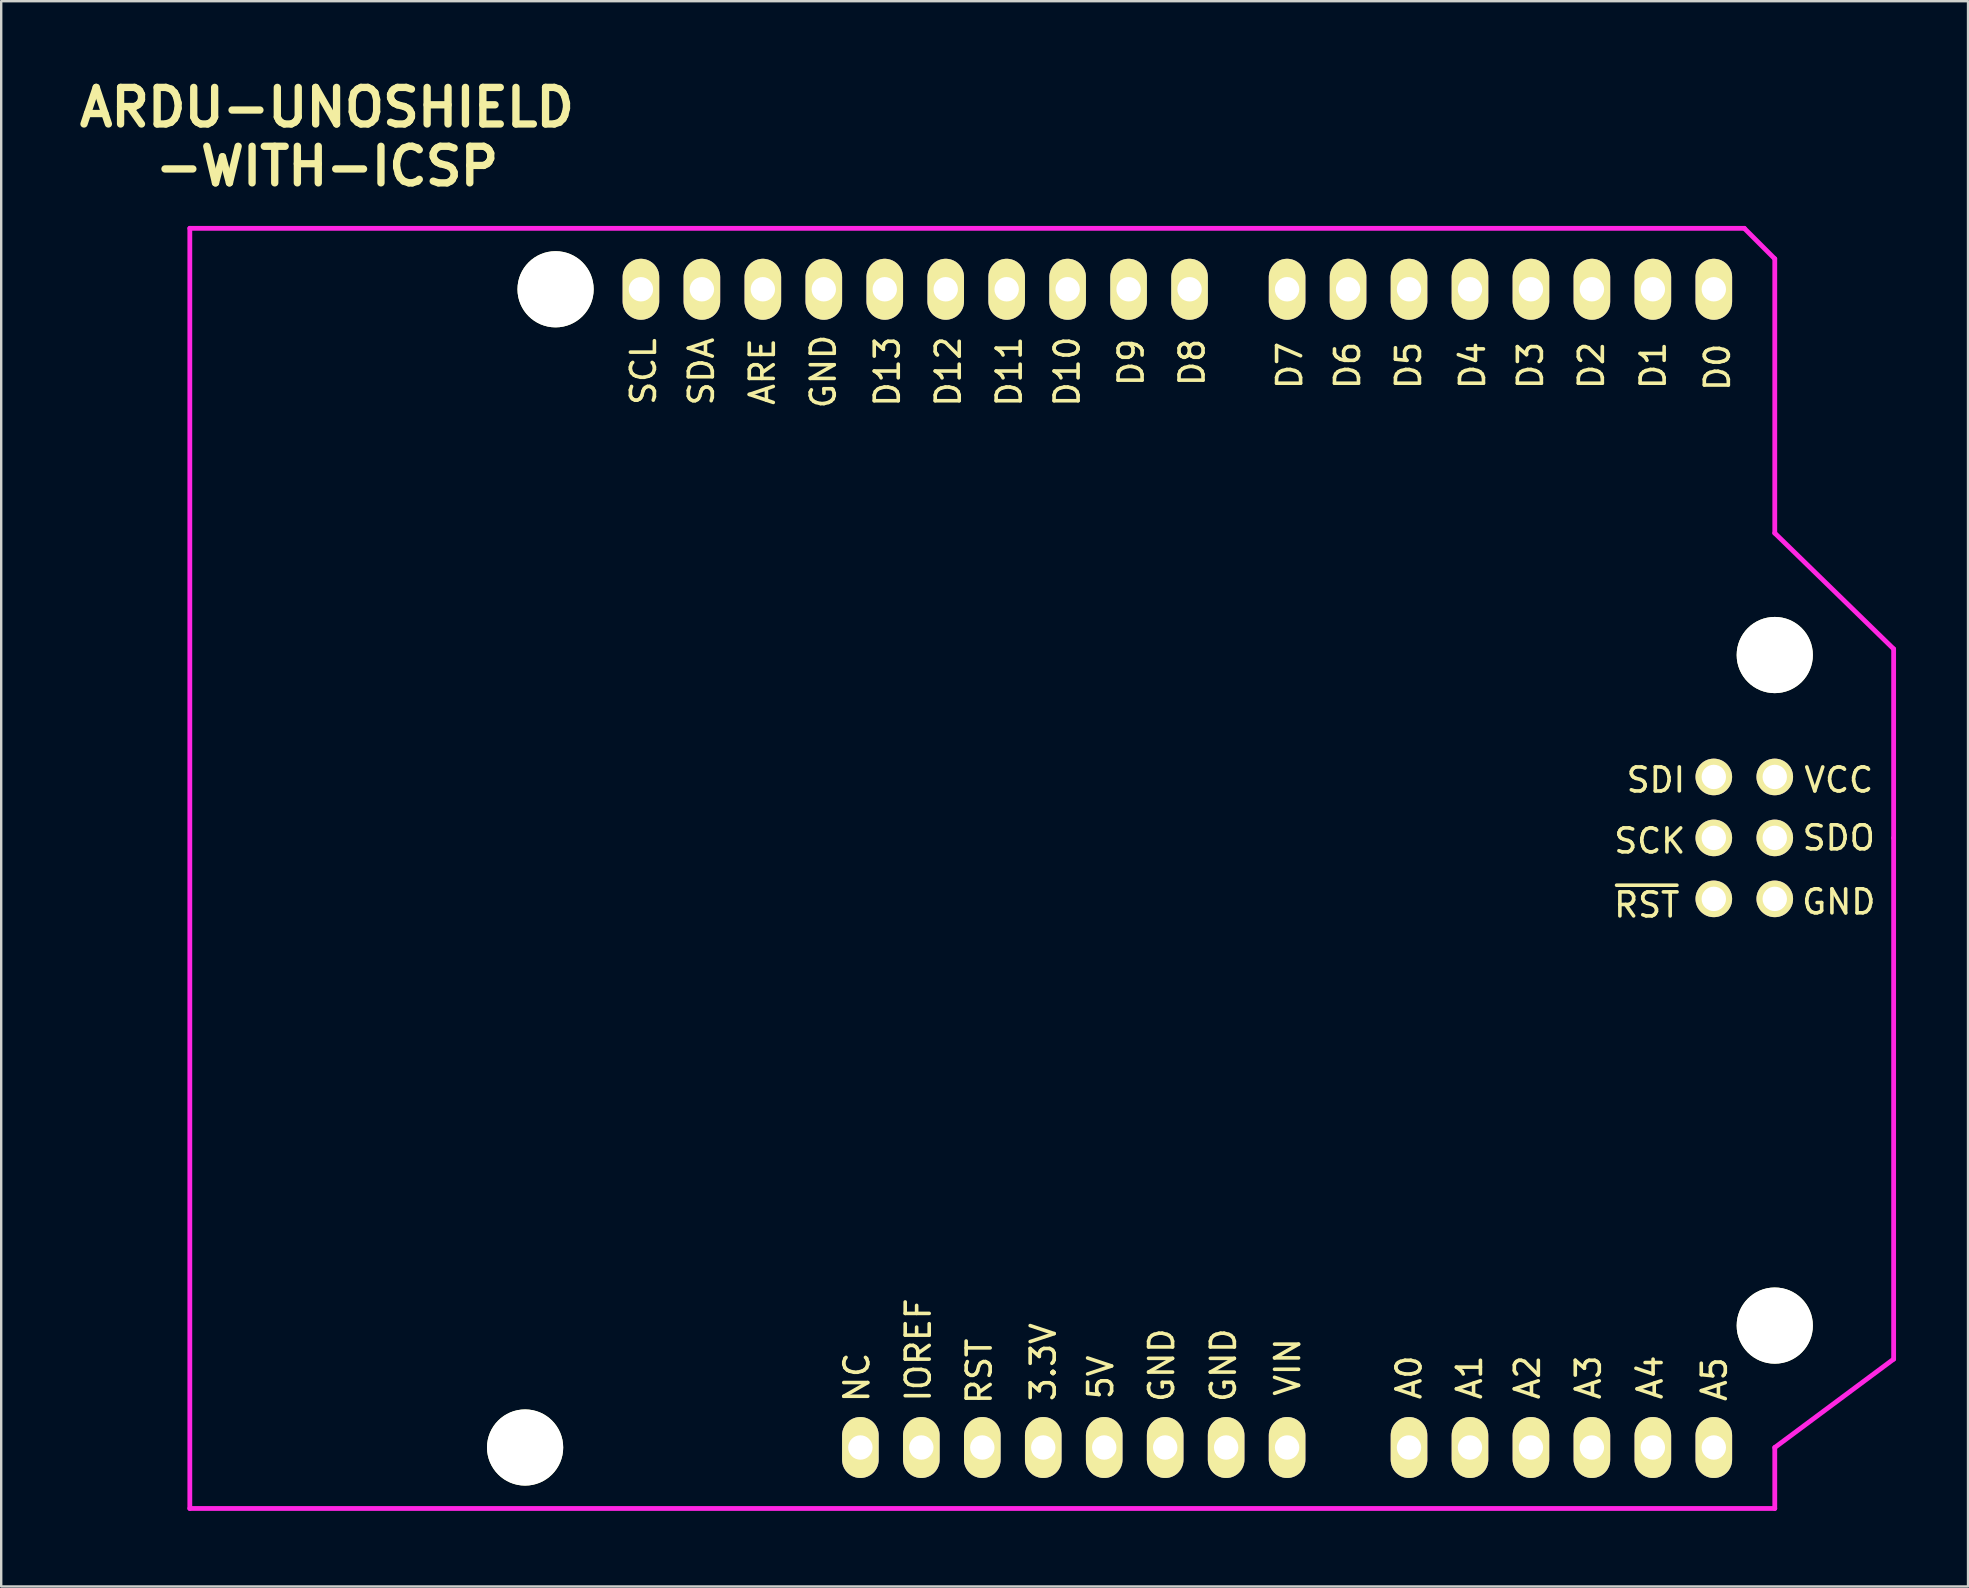
<source format=kicad_pcb>
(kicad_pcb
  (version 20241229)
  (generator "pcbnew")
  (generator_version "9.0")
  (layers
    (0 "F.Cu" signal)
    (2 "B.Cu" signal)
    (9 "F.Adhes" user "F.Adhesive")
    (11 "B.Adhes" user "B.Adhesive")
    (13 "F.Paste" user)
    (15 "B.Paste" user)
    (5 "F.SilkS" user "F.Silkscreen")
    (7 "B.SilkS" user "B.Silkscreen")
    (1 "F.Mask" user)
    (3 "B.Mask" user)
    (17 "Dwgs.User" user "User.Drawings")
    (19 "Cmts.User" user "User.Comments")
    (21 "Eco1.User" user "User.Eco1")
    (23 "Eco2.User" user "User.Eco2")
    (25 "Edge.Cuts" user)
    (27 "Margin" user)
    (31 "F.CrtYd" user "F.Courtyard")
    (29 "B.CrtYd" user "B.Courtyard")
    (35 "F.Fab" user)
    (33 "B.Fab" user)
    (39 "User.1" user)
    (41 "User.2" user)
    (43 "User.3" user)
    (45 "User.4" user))
  (footprint "ARDU-UNOSHIELD\n-WITH-ICSP"
    (layer "F.Cu")
    (at 4.859 59.803)
    (property "Reference" "ARDU-UNOSHIELD\n-WITH-ICSP" (at 5.715 -57.15 0) (layer "F.SilkS") (effects (font (size 1.524 1.524) (thickness 0.305))))
    (attr through_hole)
    (fp_line (start 0 0) (end 0 -53.34) (stroke (width 0.2) (type solid)) (layer "F.CrtYd"))
    (fp_line (start 0 0) (end 66.04 0) (stroke (width 0.2) (type solid)) (layer "F.CrtYd"))
    (fp_line (start 64.77 -53.34) (end 0 -53.34) (stroke (width 0.2) (type solid)) (layer "F.CrtYd"))
    (fp_line (start 66.04 -52.07) (end 64.77 -53.34) (stroke (width 0.2) (type solid)) (layer "F.CrtYd"))
    (fp_line (start 66.04 -40.64) (end 66.04 -52.07) (stroke (width 0.2) (type solid)) (layer "F.CrtYd"))
    (fp_line (start 66.04 -40.64) (end 70.993 -35.814) (stroke (width 0.2) (type solid)) (layer "F.CrtYd"))
    (fp_line (start 66.04 -2.54) (end 66.04 0) (stroke (width 0.2) (type solid)) (layer "F.CrtYd"))
    (fp_line (start 66.04 -2.54) (end 70.993 -6.223) (stroke (width 0.2) (type solid)) (layer "F.CrtYd"))
    (fp_line (start 70.993 -35.814) (end 70.993 -27.94) (stroke (width 0.2) (type solid)) (layer "F.CrtYd"))
    (fp_line (start 70.993 -27.94) (end 70.993 -6.223) (stroke (width 0.2) (type solid)) (layer "F.CrtYd"))
    (fp_text user "D0" (at 63.65 -47.55 90) (layer "F.SilkS") (effects (font (size 1 1) (thickness 0.15))))
    (fp_text user "D3" (at 55.86 -47.625 90) (layer "F.SilkS") (effects (font (size 1 1) (thickness 0.15))))
    (fp_text user "SDO" (at 68.707 -27.94 0) (layer "F.SilkS") (effects (font (size 1 1) (thickness 0.15))))
    (fp_text user "D11" (at 34.143 -47.371 90) (layer "F.SilkS") (effects (font (size 1 1) (thickness 0.15))))
    (fp_text user "VIN" (at 45.743 -5.894 90) (layer "F.SilkS") (effects (font (size 1 1) (thickness 0.15))))
    (fp_text user "ARE" (at 23.856 -47.371 90) (layer "F.SilkS") (effects (font (size 1 1) (thickness 0.15))))
    (fp_text user "SDI" (at 61.087 -30.353 0) (layer "F.SilkS") (effects (font (size 1 1) (thickness 0.15))))
    (fp_text user "GND" (at 40.493 -5.969 90) (layer "F.SilkS") (effects (font (size 1 1) (thickness 0.15))))
    (fp_text user "A0" (at 50.8 -5.461 90) (layer "F.SilkS") (effects (font (size 1 1) (thickness 0.15))))
    (fp_text user "D4" (at 53.447 -47.625 90) (layer "F.SilkS") (effects (font (size 1 1) (thickness 0.15))))
    (fp_text user "SCL" (at 18.903 -47.371 90) (layer "F.SilkS") (effects (font (size 1 1) (thickness 0.15))))
    (fp_text user "D12" (at 31.603 -47.371 90) (layer "F.SilkS") (effects (font (size 1 1) (thickness 0.15))))
    (fp_text user "D7" (at 45.827 -47.625 90) (layer "F.SilkS") (effects (font (size 1 1) (thickness 0.15))))
    (fp_text user "A2" (at 55.733 -5.461 90) (layer "F.SilkS") (effects (font (size 1 1) (thickness 0.15))))
    (fp_text user "3.3V" (at 35.56 -6.096 90) (layer "F.SilkS") (effects (font (size 1 1) (thickness 0.15))))
    (fp_text user "NC" (at 27.793 -5.461 90) (layer "F.SilkS") (effects (font (size 1 1) (thickness 0.15))))
    (fp_text user "D6" (at 48.24 -47.625 90) (layer "F.SilkS") (effects (font (size 1 1) (thickness 0.15))))
    (fp_text user "~{RST}" (at 60.706 -25.146 0) (layer "F.SilkS") (effects (font (size 1 1) (thickness 0.15))))
    (fp_text user "GND" (at 43.068 -5.969 90) (layer "F.SilkS") (effects (font (size 1 1) (thickness 0.15))))
    (fp_text user "GND" (at 68.707 -25.273 0) (layer "F.SilkS") (effects (font (size 1 1) (thickness 0.15))))
    (fp_text user "D5" (at 50.78 -47.625 90) (layer "F.SilkS") (effects (font (size 1 1) (thickness 0.15))))
    (fp_text user "A3" (at 58.273 -5.461 90) (layer "F.SilkS") (effects (font (size 1 1) (thickness 0.15))))
    (fp_text user "D9" (at 39.223 -47.752 90) (layer "F.SilkS") (effects (font (size 1 1) (thickness 0.15))))
    (fp_text user "IOREF" (at 30.353 -6.604 90) (layer "F.SilkS") (effects (font (size 1 1) (thickness 0.15))))
    (fp_text user "SCK" (at 60.833 -27.813 0) (layer "F.SilkS") (effects (font (size 1 1) (thickness 0.15))))
    (fp_text user "D1" (at 60.975 -47.625 90) (layer "F.SilkS") (effects (font (size 1 1) (thickness 0.15))))
    (fp_text user "A4" (at 60.848 -5.461 90) (layer "F.SilkS") (effects (font (size 1 1) (thickness 0.15))))
    (fp_text user "A1" (at 53.32 -5.461 90) (layer "F.SilkS") (effects (font (size 1 1) (thickness 0.15))))
    (fp_text user "D2" (at 58.4 -47.625 90) (layer "F.SilkS") (effects (font (size 1 1) (thickness 0.15))))
    (fp_text user "A5" (at 63.523 -5.386 90) (layer "F.SilkS") (effects (font (size 1 1) (thickness 0.15))))
    (fp_text user "5V" (at 37.953 -5.461 90) (layer "F.SilkS") (effects (font (size 1 1) (thickness 0.15))))
    (fp_text user "VCC" (at 68.707 -30.353 0) (layer "F.SilkS") (effects (font (size 1 1) (thickness 0.15))))
    (fp_text user "SDA" (at 21.316 -47.371 90) (layer "F.SilkS") (effects (font (size 1 1) (thickness 0.15))))
    (fp_text user "D8" (at 41.763 -47.752 90) (layer "F.SilkS") (effects (font (size 1 1) (thickness 0.15))))
    (fp_text user "D10" (at 36.556 -47.371 90) (layer "F.SilkS") (effects (font (size 1 1) (thickness 0.15))))
    (fp_text user "GND" (at 26.396 -47.371 90) (layer "F.SilkS") (effects (font (size 1 1) (thickness 0.15))))
    (fp_text user "RST" (at 32.893 -5.715 90) (layer "F.SilkS") (effects (font (size 1 1) (thickness 0.15))))
    (fp_text user "D13" (at 29.063 -47.371 90) (layer "F.SilkS") (effects (font (size 1 1) (thickness 0.15))))
    (pad "" np_thru_hole circle (at 13.97 -2.54 90) (size 3.175 3.175) (drill 3.175) (layers "*.Cu" "*.Mask" "F.SilkS"))
    (pad "" np_thru_hole circle (at 15.24 -50.8 90) (size 3.175 3.175) (drill 3.175) (layers "*.Cu" "*.Mask" "F.SilkS"))
    (pad "" np_thru_hole circle (at 66.04 -35.56 90) (size 3.175 3.175) (drill 3.175) (layers "*.Cu" "*.Mask" "F.SilkS"))
    (pad "" np_thru_hole circle (at 66.04 -7.62 90) (size 3.175 3.175) (drill 3.175) (layers "*.Cu" "*.Mask" "F.SilkS"))
    (pad "3V3" thru_hole oval (at 35.56 -2.54 90) (size 2.54 1.524) (drill 1.016) (layers "*.Cu" "*.Mask" "F.SilkS"))
    (pad "5V" thru_hole oval (at 38.1 -2.54 90) (size 2.54 1.524) (drill 1.016) (layers "*.Cu" "*.Mask" "F.SilkS"))
    (pad "A0" thru_hole oval (at 50.8 -2.54 90) (size 2.54 1.524) (drill 1.016) (layers "*.Cu" "*.Mask" "F.SilkS"))
    (pad "A1" thru_hole oval (at 53.34 -2.54 90) (size 2.54 1.524) (drill 1.016) (layers "*.Cu" "*.Mask" "F.SilkS"))
    (pad "A2" thru_hole oval (at 55.88 -2.54 90) (size 2.54 1.524) (drill 1.016) (layers "*.Cu" "*.Mask" "F.SilkS"))
    (pad "A3" thru_hole oval (at 58.42 -2.54 90) (size 2.54 1.524) (drill 1.016) (layers "*.Cu" "*.Mask" "F.SilkS"))
    (pad "A4" thru_hole oval (at 60.96 -2.54 90) (size 2.54 1.524) (drill 1.016) (layers "*.Cu" "*.Mask" "F.SilkS"))
    (pad "A5" thru_hole oval (at 63.5 -2.54 90) (size 2.54 1.524) (drill 1.016) (layers "*.Cu" "*.Mask" "F.SilkS"))
    (pad "AREF" thru_hole oval (at 23.876 -50.8 90) (size 2.54 1.524) (drill 1.016) (layers "*.Cu" "*.Mask" "F.SilkS"))
    (pad "D0" thru_hole oval (at 63.5 -50.8 90) (size 2.54 1.524) (drill 1.016) (layers "*.Cu" "*.Mask" "F.SilkS"))
    (pad "D1" thru_hole oval (at 60.96 -50.8 90) (size 2.54 1.524) (drill 1.016) (layers "*.Cu" "*.Mask" "F.SilkS"))
    (pad "D2" thru_hole oval (at 58.42 -50.8 90) (size 2.54 1.524) (drill 1.016) (layers "*.Cu" "*.Mask" "F.SilkS"))
    (pad "D3" thru_hole oval (at 55.88 -50.8 90) (size 2.54 1.524) (drill 1.016) (layers "*.Cu" "*.Mask" "F.SilkS"))
    (pad "D4" thru_hole oval (at 53.34 -50.8 90) (size 2.54 1.524) (drill 1.016) (layers "*.Cu" "*.Mask" "F.SilkS"))
    (pad "D5" thru_hole oval (at 50.8 -50.8 90) (size 2.54 1.524) (drill 1.016) (layers "*.Cu" "*.Mask" "F.SilkS"))
    (pad "D6" thru_hole oval (at 48.26 -50.8 90) (size 2.54 1.524) (drill 1.016) (layers "*.Cu" "*.Mask" "F.SilkS"))
    (pad "D7" thru_hole oval (at 45.72 -50.8 90) (size 2.54 1.524) (drill 1.016) (layers "*.Cu" "*.Mask" "F.SilkS"))
    (pad "D8" thru_hole oval (at 41.656 -50.8 90) (size 2.54 1.524) (drill 1.016) (layers "*.Cu" "*.Mask" "F.SilkS"))
    (pad "D9" thru_hole oval (at 39.116 -50.8 90) (size 2.54 1.524) (drill 1.016) (layers "*.Cu" "*.Mask" "F.SilkS"))
    (pad "D10" thru_hole oval (at 36.576 -50.8 90) (size 2.54 1.524) (drill 1.016) (layers "*.Cu" "*.Mask" "F.SilkS"))
    (pad "D11" thru_hole oval (at 34.036 -50.8 90) (size 2.54 1.524) (drill 1.016) (layers "*.Cu" "*.Mask" "F.SilkS"))
    (pad "D12" thru_hole oval (at 31.496 -50.8 90) (size 2.54 1.524) (drill 1.016) (layers "*.Cu" "*.Mask" "F.SilkS"))
    (pad "D13" thru_hole oval (at 28.956 -50.8 90) (size 2.54 1.524) (drill 1.016) (layers "*.Cu" "*.Mask" "F.SilkS"))
    (pad "GND1" thru_hole oval (at 40.64 -2.54 90) (size 2.54 1.524) (drill 1.016) (layers "*.Cu" "*.Mask" "F.SilkS"))
    (pad "GND2" thru_hole oval (at 43.18 -2.54 90) (size 2.54 1.524) (drill 1.016) (layers "*.Cu" "*.Mask" "F.SilkS"))
    (pad "GND3" thru_hole oval (at 26.416 -50.8 90) (size 2.54 1.524) (drill 1.016) (layers "*.Cu" "*.Mask" "F.SilkS"))
    (pad "IO" thru_hole oval (at 30.48 -2.54 90) (size 2.54 1.524) (drill 1.016) (layers "*.Cu" "*.Mask" "F.SilkS"))
    (pad "NC" thru_hole oval (at 27.94 -2.54 90) (size 2.54 1.524) (drill 1.016) (layers "*.Cu" "*.Mask" "F.SilkS"))
    (pad "RST" thru_hole oval (at 33.02 -2.54 90) (size 2.54 1.524) (drill 1.016) (layers "*.Cu" "*.Mask" "F.SilkS"))
    (pad "SCL" thru_hole oval (at 18.796 -50.8 90) (size 2.54 1.524) (drill 1.016) (layers "*.Cu" "*.Mask" "F.SilkS"))
    (pad "SDA" thru_hole oval (at 21.336 -50.8 90) (size 2.54 1.524) (drill 1.016) (layers "*.Cu" "*.Mask" "F.SilkS"))
    (pad "SP1" thru_hole circle (at 63.5 -30.48 90) (size 1.524 1.524) (drill 1.016) (layers "*.Cu" "*.Mask" "F.SilkS"))
    (pad "SP2" thru_hole circle (at 66.04 -30.48 90) (size 1.524 1.524) (drill 1.016) (layers "*.Cu" "*.Mask" "F.SilkS"))
    (pad "SP3" thru_hole circle (at 63.5 -27.94 90) (size 1.524 1.524) (drill 1.016) (layers "*.Cu" "*.Mask" "F.SilkS"))
    (pad "SP4" thru_hole circle (at 66.04 -27.94 90) (size 1.524 1.524) (drill 1.016) (layers "*.Cu" "*.Mask" "F.SilkS"))
    (pad "SP5" thru_hole circle (at 63.5 -25.4 90) (size 1.524 1.524) (drill 1.016) (layers "*.Cu" "*.Mask" "F.SilkS"))
    (pad "SP6" thru_hole circle (at 66.04 -25.4 90) (size 1.524 1.524) (drill 1.016) (layers "*.Cu" "*.Mask" "F.SilkS"))
    (pad "VIN" thru_hole oval (at 45.72 -2.54 90) (size 2.54 1.524) (drill 1.016) (layers "*.Cu" "*.Mask" "F.SilkS")))
  (gr_rect
    (start -3 -3)
    (end 78.952 63.053)
    (stroke (width 0.1) (type default))
    (fill no)
    (layer "Edge.Cuts")))
</source>
